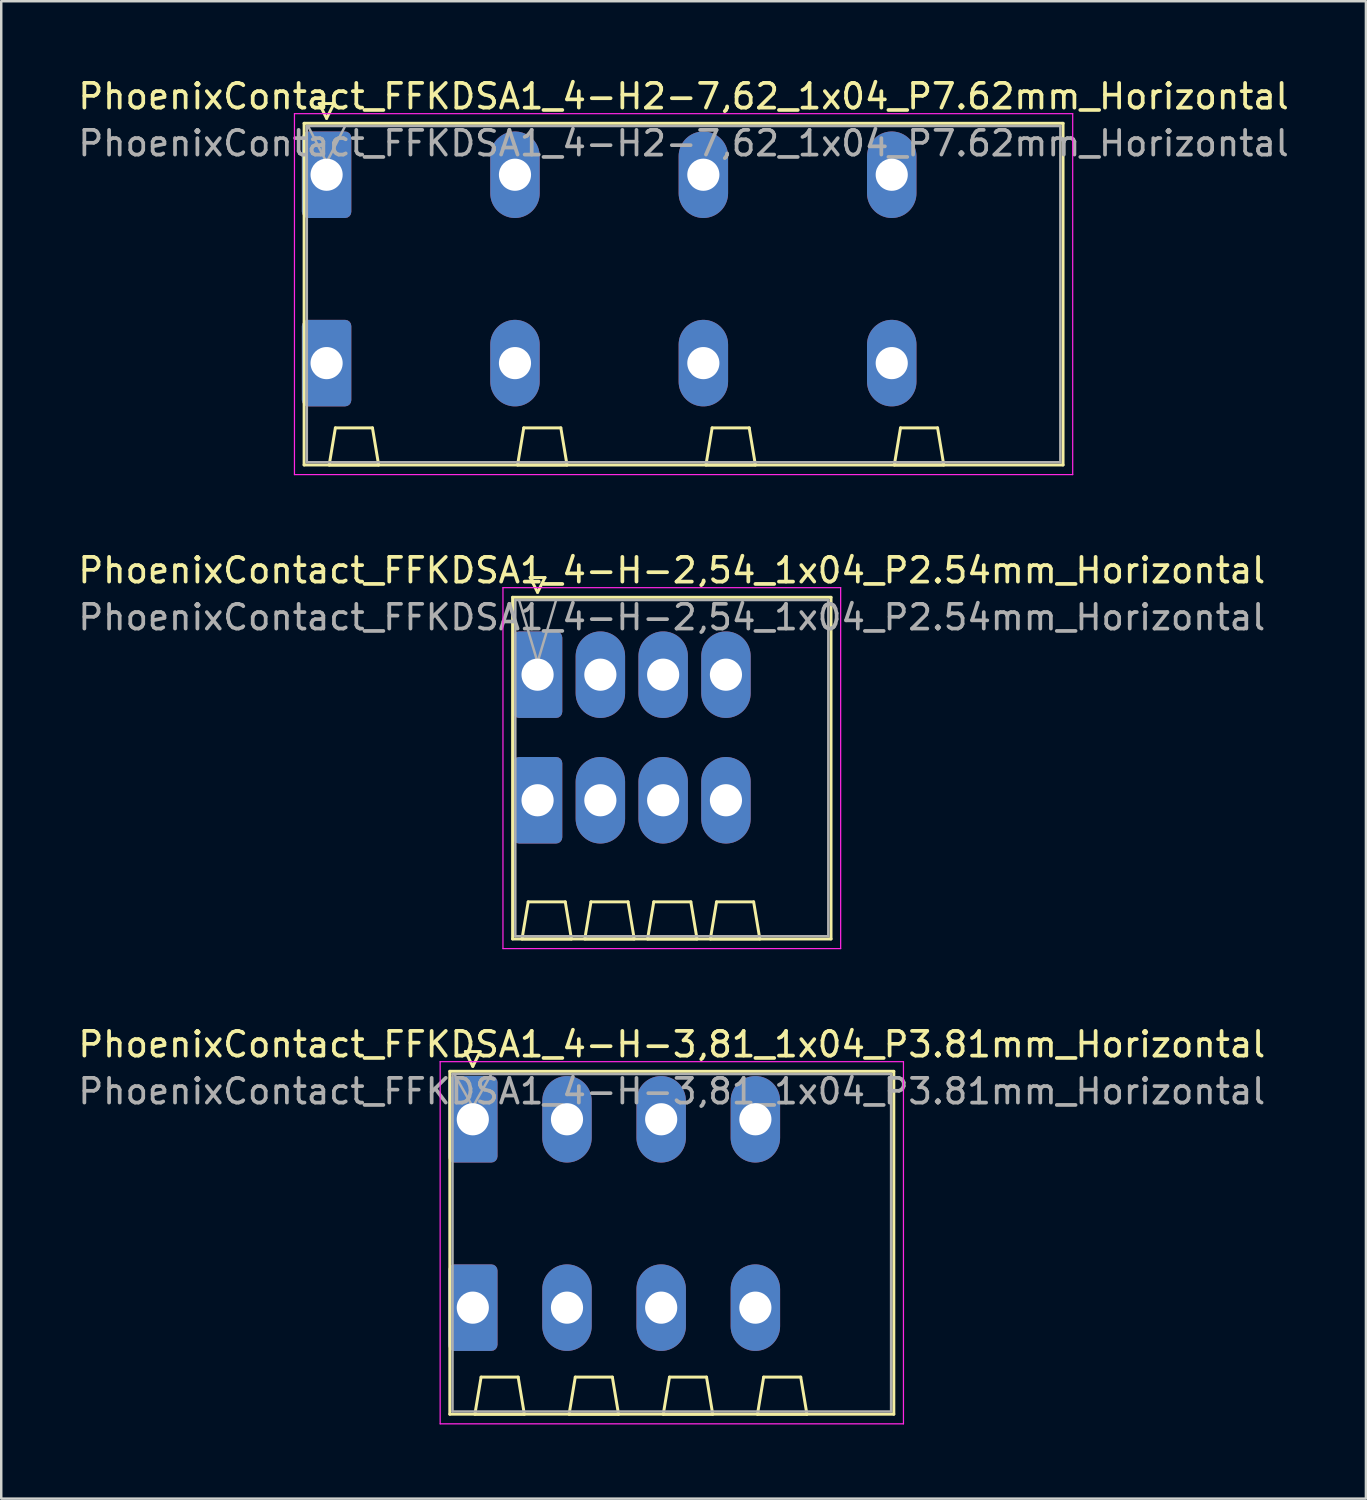
<source format=kicad_pcb>
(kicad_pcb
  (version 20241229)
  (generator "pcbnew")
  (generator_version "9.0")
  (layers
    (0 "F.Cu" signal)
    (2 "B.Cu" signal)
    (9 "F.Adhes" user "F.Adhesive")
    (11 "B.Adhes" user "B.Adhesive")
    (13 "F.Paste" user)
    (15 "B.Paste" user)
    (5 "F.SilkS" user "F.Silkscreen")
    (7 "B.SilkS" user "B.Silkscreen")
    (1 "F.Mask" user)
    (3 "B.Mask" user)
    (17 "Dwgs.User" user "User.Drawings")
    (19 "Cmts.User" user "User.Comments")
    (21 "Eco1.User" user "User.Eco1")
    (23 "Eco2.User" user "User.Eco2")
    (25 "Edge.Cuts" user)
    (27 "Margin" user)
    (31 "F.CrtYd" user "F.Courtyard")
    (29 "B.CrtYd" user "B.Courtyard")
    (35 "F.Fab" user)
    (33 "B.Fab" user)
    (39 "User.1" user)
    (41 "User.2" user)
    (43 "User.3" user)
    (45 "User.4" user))
  (footprint "PhoenixContact_FFKDSA1_4-H-3,81_1x04_P3.81mm_Horizontal"
    (layer "F.Cu")
    (at 16.075 42.225)
    (property "Reference" "PhoenixContact_FFKDSA1_4-H-3,81_1x04_P3.81mm_Horizontal" (at 8.05 -3.03 0) (layer "F.SilkS") (effects (font (size 1 1) (thickness 0.15))))
    (attr through_hole)
    (fp_line (start -0.93 -1.94) (end -0.93 11.93) (stroke (width 0.12) (type solid)) (layer "F.SilkS"))
    (fp_line (start -0.93 11.93) (end 17.03 11.93) (stroke (width 0.12) (type solid)) (layer "F.SilkS"))
    (fp_line (start -0.3 -2.74) (end 0.3 -2.74) (stroke (width 0.12) (type solid)) (layer "F.SilkS"))
    (fp_line (start 0 -2.14) (end -0.3 -2.74) (stroke (width 0.12) (type solid)) (layer "F.SilkS"))
    (fp_line (start 0.085 11.93) (end 2.085 11.93) (stroke (width 0.12) (type solid)) (layer "F.SilkS"))
    (fp_line (start 0.3 -2.74) (end 0 -2.14) (stroke (width 0.12) (type solid)) (layer "F.SilkS"))
    (fp_line (start 0.335 10.43) (end 0.085 11.93) (stroke (width 0.12) (type solid)) (layer "F.SilkS"))
    (fp_line (start 1.835 10.43) (end 0.335 10.43) (stroke (width 0.12) (type solid)) (layer "F.SilkS"))
    (fp_line (start 2.085 11.93) (end 1.835 10.43) (stroke (width 0.12) (type solid)) (layer "F.SilkS"))
    (fp_line (start 3.895 11.93) (end 5.895 11.93) (stroke (width 0.12) (type solid)) (layer "F.SilkS"))
    (fp_line (start 4.145 10.43) (end 3.895 11.93) (stroke (width 0.12) (type solid)) (layer "F.SilkS"))
    (fp_line (start 5.645 10.43) (end 4.145 10.43) (stroke (width 0.12) (type solid)) (layer "F.SilkS"))
    (fp_line (start 5.895 11.93) (end 5.645 10.43) (stroke (width 0.12) (type solid)) (layer "F.SilkS"))
    (fp_line (start 7.705 11.93) (end 9.705 11.93) (stroke (width 0.12) (type solid)) (layer "F.SilkS"))
    (fp_line (start 7.955 10.43) (end 7.705 11.93) (stroke (width 0.12) (type solid)) (layer "F.SilkS"))
    (fp_line (start 9.455 10.43) (end 7.955 10.43) (stroke (width 0.12) (type solid)) (layer "F.SilkS"))
    (fp_line (start 9.705 11.93) (end 9.455 10.43) (stroke (width 0.12) (type solid)) (layer "F.SilkS"))
    (fp_line (start 11.515 11.93) (end 13.515 11.93) (stroke (width 0.12) (type solid)) (layer "F.SilkS"))
    (fp_line (start 11.765 10.43) (end 11.515 11.93) (stroke (width 0.12) (type solid)) (layer "F.SilkS"))
    (fp_line (start 13.265 10.43) (end 11.765 10.43) (stroke (width 0.12) (type solid)) (layer "F.SilkS"))
    (fp_line (start 13.515 11.93) (end 13.265 10.43) (stroke (width 0.12) (type solid)) (layer "F.SilkS"))
    (fp_line (start 17.03 -1.94) (end -0.93 -1.94) (stroke (width 0.12) (type solid)) (layer "F.SilkS"))
    (fp_line (start 17.03 11.93) (end 17.03 -1.94) (stroke (width 0.12) (type solid)) (layer "F.SilkS"))
    (fp_line (start -1.32 -2.33) (end -1.32 12.32) (stroke (width 0.05) (type solid)) (layer "F.CrtYd"))
    (fp_line (start -1.32 12.32) (end 17.42 12.32) (stroke (width 0.05) (type solid)) (layer "F.CrtYd"))
    (fp_line (start 17.42 -2.33) (end -1.32 -2.33) (stroke (width 0.05) (type solid)) (layer "F.CrtYd"))
    (fp_line (start 17.42 12.32) (end 17.42 -2.33) (stroke (width 0.05) (type solid)) (layer "F.CrtYd"))
    (fp_line (start -0.82 -1.83) (end -0.82 11.82) (stroke (width 0.1) (type solid)) (layer "F.Fab"))
    (fp_line (start -0.82 11.82) (end 16.92 11.82) (stroke (width 0.1) (type solid)) (layer "F.Fab"))
    (fp_line (start 0 -0.5) (end -0.75 -1.83) (stroke (width 0.1) (type solid)) (layer "F.Fab"))
    (fp_line (start 0.75 -1.83) (end 0 -0.5) (stroke (width 0.1) (type solid)) (layer "F.Fab"))
    (fp_line (start 16.92 -1.83) (end -0.82 -1.83) (stroke (width 0.1) (type solid)) (layer "F.Fab"))
    (fp_line (start 16.92 11.82) (end 16.92 -1.83) (stroke (width 0.1) (type solid)) (layer "F.Fab"))
    (fp_text user "${REFERENCE}" (at 8.05 -1.13 0) (layer "F.Fab") (effects (font (size 1 1) (thickness 0.15))))
    (pad "1" thru_hole roundrect (at 0 0) (size 2 3.5) (drill 1.3) (layers "*.Cu" "*.Mask") (roundrect_rratio 0.125))
    (pad "1" thru_hole roundrect (at 0 7.62) (size 2 3.5) (drill 1.3) (layers "*.Cu" "*.Mask") (roundrect_rratio 0.125))
    (pad "2" thru_hole oval (at 3.81 0) (size 2 3.5) (drill 1.3) (layers "*.Cu" "*.Mask"))
    (pad "2" thru_hole oval (at 3.81 7.62) (size 2 3.5) (drill 1.3) (layers "*.Cu" "*.Mask"))
    (pad "3" thru_hole oval (at 7.62 0) (size 2 3.5) (drill 1.3) (layers "*.Cu" "*.Mask"))
    (pad "3" thru_hole oval (at 7.62 7.62) (size 2 3.5) (drill 1.3) (layers "*.Cu" "*.Mask"))
    (pad "4" thru_hole oval (at 11.43 0) (size 2 3.5) (drill 1.3) (layers "*.Cu" "*.Mask"))
    (pad "4" thru_hole oval (at 11.43 7.62) (size 2 3.5) (drill 1.3) (layers "*.Cu" "*.Mask")))
  (footprint "PhoenixContact_FFKDSA1_4-H-2,54_1x04_P2.54mm_Horizontal"
    (layer "F.Cu")
    (at 18.695 24.241)
    (property "Reference" "PhoenixContact_FFKDSA1_4-H-2,54_1x04_P2.54mm_Horizontal" (at 5.43 -4.22 0) (layer "F.SilkS") (effects (font (size 1 1) (thickness 0.15))))
    (attr through_hole)
    (fp_line (start -1.01 -3.13) (end -1.01 10.69) (stroke (width 0.12) (type solid)) (layer "F.SilkS"))
    (fp_line (start -1.01 10.69) (end 11.87 10.69) (stroke (width 0.12) (type solid)) (layer "F.SilkS"))
    (fp_line (start -0.63 10.69) (end 1.37 10.69) (stroke (width 0.12) (type solid)) (layer "F.SilkS"))
    (fp_line (start -0.38 9.19) (end -0.63 10.69) (stroke (width 0.12) (type solid)) (layer "F.SilkS"))
    (fp_line (start -0.3 -3.93) (end 0.3 -3.93) (stroke (width 0.12) (type solid)) (layer "F.SilkS"))
    (fp_line (start 0 -3.33) (end -0.3 -3.93) (stroke (width 0.12) (type solid)) (layer "F.SilkS"))
    (fp_line (start 0.3 -3.93) (end 0 -3.33) (stroke (width 0.12) (type solid)) (layer "F.SilkS"))
    (fp_line (start 1.12 9.19) (end -0.38 9.19) (stroke (width 0.12) (type solid)) (layer "F.SilkS"))
    (fp_line (start 1.37 10.69) (end 1.12 9.19) (stroke (width 0.12) (type solid)) (layer "F.SilkS"))
    (fp_line (start 1.91 10.69) (end 3.91 10.69) (stroke (width 0.12) (type solid)) (layer "F.SilkS"))
    (fp_line (start 2.16 9.19) (end 1.91 10.69) (stroke (width 0.12) (type solid)) (layer "F.SilkS"))
    (fp_line (start 3.66 9.19) (end 2.16 9.19) (stroke (width 0.12) (type solid)) (layer "F.SilkS"))
    (fp_line (start 3.91 10.69) (end 3.66 9.19) (stroke (width 0.12) (type solid)) (layer "F.SilkS"))
    (fp_line (start 4.45 10.69) (end 6.45 10.69) (stroke (width 0.12) (type solid)) (layer "F.SilkS"))
    (fp_line (start 4.7 9.19) (end 4.45 10.69) (stroke (width 0.12) (type solid)) (layer "F.SilkS"))
    (fp_line (start 6.2 9.19) (end 4.7 9.19) (stroke (width 0.12) (type solid)) (layer "F.SilkS"))
    (fp_line (start 6.45 10.69) (end 6.2 9.19) (stroke (width 0.12) (type solid)) (layer "F.SilkS"))
    (fp_line (start 6.99 10.69) (end 8.99 10.69) (stroke (width 0.12) (type solid)) (layer "F.SilkS"))
    (fp_line (start 7.24 9.19) (end 6.99 10.69) (stroke (width 0.12) (type solid)) (layer "F.SilkS"))
    (fp_line (start 8.74 9.19) (end 7.24 9.19) (stroke (width 0.12) (type solid)) (layer "F.SilkS"))
    (fp_line (start 8.99 10.69) (end 8.74 9.19) (stroke (width 0.12) (type solid)) (layer "F.SilkS"))
    (fp_line (start 11.87 -3.13) (end -1.01 -3.13) (stroke (width 0.12) (type solid)) (layer "F.SilkS"))
    (fp_line (start 11.87 10.69) (end 11.87 -3.13) (stroke (width 0.12) (type solid)) (layer "F.SilkS"))
    (fp_line (start -1.4 -3.52) (end -1.4 11.08) (stroke (width 0.05) (type solid)) (layer "F.CrtYd"))
    (fp_line (start -1.4 11.08) (end 12.26 11.08) (stroke (width 0.05) (type solid)) (layer "F.CrtYd"))
    (fp_line (start 12.26 -3.52) (end -1.4 -3.52) (stroke (width 0.05) (type solid)) (layer "F.CrtYd"))
    (fp_line (start 12.26 11.08) (end 12.26 -3.52) (stroke (width 0.05) (type solid)) (layer "F.CrtYd"))
    (fp_line (start -0.9 -3.02) (end -0.9 10.58) (stroke (width 0.1) (type solid)) (layer "F.Fab"))
    (fp_line (start -0.9 10.58) (end 11.76 10.58) (stroke (width 0.1) (type solid)) (layer "F.Fab"))
    (fp_line (start 0 -0.5) (end -0.75 -3.02) (stroke (width 0.1) (type solid)) (layer "F.Fab"))
    (fp_line (start 0.75 -3.02) (end 0 -0.5) (stroke (width 0.1) (type solid)) (layer "F.Fab"))
    (fp_line (start 11.76 -3.02) (end -0.9 -3.02) (stroke (width 0.1) (type solid)) (layer "F.Fab"))
    (fp_line (start 11.76 10.58) (end 11.76 -3.02) (stroke (width 0.1) (type solid)) (layer "F.Fab"))
    (fp_text user "${REFERENCE}" (at 5.43 -2.32 0) (layer "F.Fab") (effects (font (size 1 1) (thickness 0.15))))
    (pad "1" thru_hole roundrect (at 0 0) (size 2 3.5) (drill 1.3) (layers "*.Cu" "*.Mask") (roundrect_rratio 0.125))
    (pad "1" thru_hole roundrect (at 0 5.08) (size 2 3.5) (drill 1.3) (layers "*.Cu" "*.Mask") (roundrect_rratio 0.125))
    (pad "2" thru_hole oval (at 2.54 0) (size 2 3.5) (drill 1.3) (layers "*.Cu" "*.Mask"))
    (pad "2" thru_hole oval (at 2.54 5.08) (size 2 3.5) (drill 1.3) (layers "*.Cu" "*.Mask"))
    (pad "3" thru_hole oval (at 5.08 0) (size 2 3.5) (drill 1.3) (layers "*.Cu" "*.Mask"))
    (pad "3" thru_hole oval (at 5.08 5.08) (size 2 3.5) (drill 1.3) (layers "*.Cu" "*.Mask"))
    (pad "4" thru_hole oval (at 7.62 0) (size 2 3.5) (drill 1.3) (layers "*.Cu" "*.Mask"))
    (pad "4" thru_hole oval (at 7.62 5.08) (size 2 3.5) (drill 1.3) (layers "*.Cu" "*.Mask")))
  (footprint "PhoenixContact_FFKDSA1_4-H2-7,62_1x04_P7.62mm_Horizontal"
    (layer "F.Cu")
    (at 10.161 4.018)
    (property "Reference" "PhoenixContact_FFKDSA1_4-H2-7,62_1x04_P7.62mm_Horizontal" (at 14.44 -3.17 0) (layer "F.SilkS") (effects (font (size 1 1) (thickness 0.15))))
    (attr through_hole)
    (fp_line (start -0.91 -2.08) (end -0.91 11.74) (stroke (width 0.12) (type solid)) (layer "F.SilkS"))
    (fp_line (start -0.91 11.74) (end 29.79 11.74) (stroke (width 0.12) (type solid)) (layer "F.SilkS"))
    (fp_line (start -0.3 -2.88) (end 0.3 -2.88) (stroke (width 0.12) (type solid)) (layer "F.SilkS"))
    (fp_line (start 0 -2.28) (end -0.3 -2.88) (stroke (width 0.12) (type solid)) (layer "F.SilkS"))
    (fp_line (start 0.105 11.74) (end 2.105 11.74) (stroke (width 0.12) (type solid)) (layer "F.SilkS"))
    (fp_line (start 0.3 -2.88) (end 0 -2.28) (stroke (width 0.12) (type solid)) (layer "F.SilkS"))
    (fp_line (start 0.355 10.24) (end 0.105 11.74) (stroke (width 0.12) (type solid)) (layer "F.SilkS"))
    (fp_line (start 1.855 10.24) (end 0.355 10.24) (stroke (width 0.12) (type solid)) (layer "F.SilkS"))
    (fp_line (start 2.105 11.74) (end 1.855 10.24) (stroke (width 0.12) (type solid)) (layer "F.SilkS"))
    (fp_line (start 7.725 11.74) (end 9.725 11.74) (stroke (width 0.12) (type solid)) (layer "F.SilkS"))
    (fp_line (start 7.975 10.24) (end 7.725 11.74) (stroke (width 0.12) (type solid)) (layer "F.SilkS"))
    (fp_line (start 9.475 10.24) (end 7.975 10.24) (stroke (width 0.12) (type solid)) (layer "F.SilkS"))
    (fp_line (start 9.725 11.74) (end 9.475 10.24) (stroke (width 0.12) (type solid)) (layer "F.SilkS"))
    (fp_line (start 15.345 11.74) (end 17.345 11.74) (stroke (width 0.12) (type solid)) (layer "F.SilkS"))
    (fp_line (start 15.595 10.24) (end 15.345 11.74) (stroke (width 0.12) (type solid)) (layer "F.SilkS"))
    (fp_line (start 17.095 10.24) (end 15.595 10.24) (stroke (width 0.12) (type solid)) (layer "F.SilkS"))
    (fp_line (start 17.345 11.74) (end 17.095 10.24) (stroke (width 0.12) (type solid)) (layer "F.SilkS"))
    (fp_line (start 22.965 11.74) (end 24.965 11.74) (stroke (width 0.12) (type solid)) (layer "F.SilkS"))
    (fp_line (start 23.215 10.24) (end 22.965 11.74) (stroke (width 0.12) (type solid)) (layer "F.SilkS"))
    (fp_line (start 24.715 10.24) (end 23.215 10.24) (stroke (width 0.12) (type solid)) (layer "F.SilkS"))
    (fp_line (start 24.965 11.74) (end 24.715 10.24) (stroke (width 0.12) (type solid)) (layer "F.SilkS"))
    (fp_line (start 29.79 -2.08) (end -0.91 -2.08) (stroke (width 0.12) (type solid)) (layer "F.SilkS"))
    (fp_line (start 29.79 11.74) (end 29.79 -2.08) (stroke (width 0.12) (type solid)) (layer "F.SilkS"))
    (fp_line (start -1.3 -2.47) (end -1.3 12.13) (stroke (width 0.05) (type solid)) (layer "F.CrtYd"))
    (fp_line (start -1.3 12.13) (end 30.18 12.13) (stroke (width 0.05) (type solid)) (layer "F.CrtYd"))
    (fp_line (start 30.18 -2.47) (end -1.3 -2.47) (stroke (width 0.05) (type solid)) (layer "F.CrtYd"))
    (fp_line (start 30.18 12.13) (end 30.18 -2.47) (stroke (width 0.05) (type solid)) (layer "F.CrtYd"))
    (fp_line (start -0.8 -1.97) (end -0.8 11.63) (stroke (width 0.1) (type solid)) (layer "F.Fab"))
    (fp_line (start -0.8 11.63) (end 29.68 11.63) (stroke (width 0.1) (type solid)) (layer "F.Fab"))
    (fp_line (start 0 -0.5) (end -0.75 -1.97) (stroke (width 0.1) (type solid)) (layer "F.Fab"))
    (fp_line (start 0.75 -1.97) (end 0 -0.5) (stroke (width 0.1) (type solid)) (layer "F.Fab"))
    (fp_line (start 29.68 -1.97) (end -0.8 -1.97) (stroke (width 0.1) (type solid)) (layer "F.Fab"))
    (fp_line (start 29.68 11.63) (end 29.68 -1.97) (stroke (width 0.1) (type solid)) (layer "F.Fab"))
    (fp_text user "${REFERENCE}" (at 14.44 -1.27 0) (layer "F.Fab") (effects (font (size 1 1) (thickness 0.15))))
    (pad "1" thru_hole roundrect (at 0 0) (size 2 3.5) (drill 1.3) (layers "*.Cu" "*.Mask") (roundrect_rratio 0.125))
    (pad "1" thru_hole roundrect (at 0 7.62) (size 2 3.5) (drill 1.3) (layers "*.Cu" "*.Mask") (roundrect_rratio 0.125))
    (pad "2" thru_hole oval (at 7.62 0) (size 2 3.5) (drill 1.3) (layers "*.Cu" "*.Mask"))
    (pad "2" thru_hole oval (at 7.62 7.62) (size 2 3.5) (drill 1.3) (layers "*.Cu" "*.Mask"))
    (pad "3" thru_hole oval (at 15.24 0) (size 2 3.5) (drill 1.3) (layers "*.Cu" "*.Mask"))
    (pad "3" thru_hole oval (at 15.24 7.62) (size 2 3.5) (drill 1.3) (layers "*.Cu" "*.Mask"))
    (pad "4" thru_hole oval (at 22.86 0) (size 2 3.5) (drill 1.3) (layers "*.Cu" "*.Mask"))
    (pad "4" thru_hole oval (at 22.86 7.62) (size 2 3.5) (drill 1.3) (layers "*.Cu" "*.Mask")))
  (gr_rect
    (start -3 -3)
    (end 52.202 57.57)
    (stroke (width 0.1) (type default))
    (fill no)
    (layer "Edge.Cuts")))
</source>
